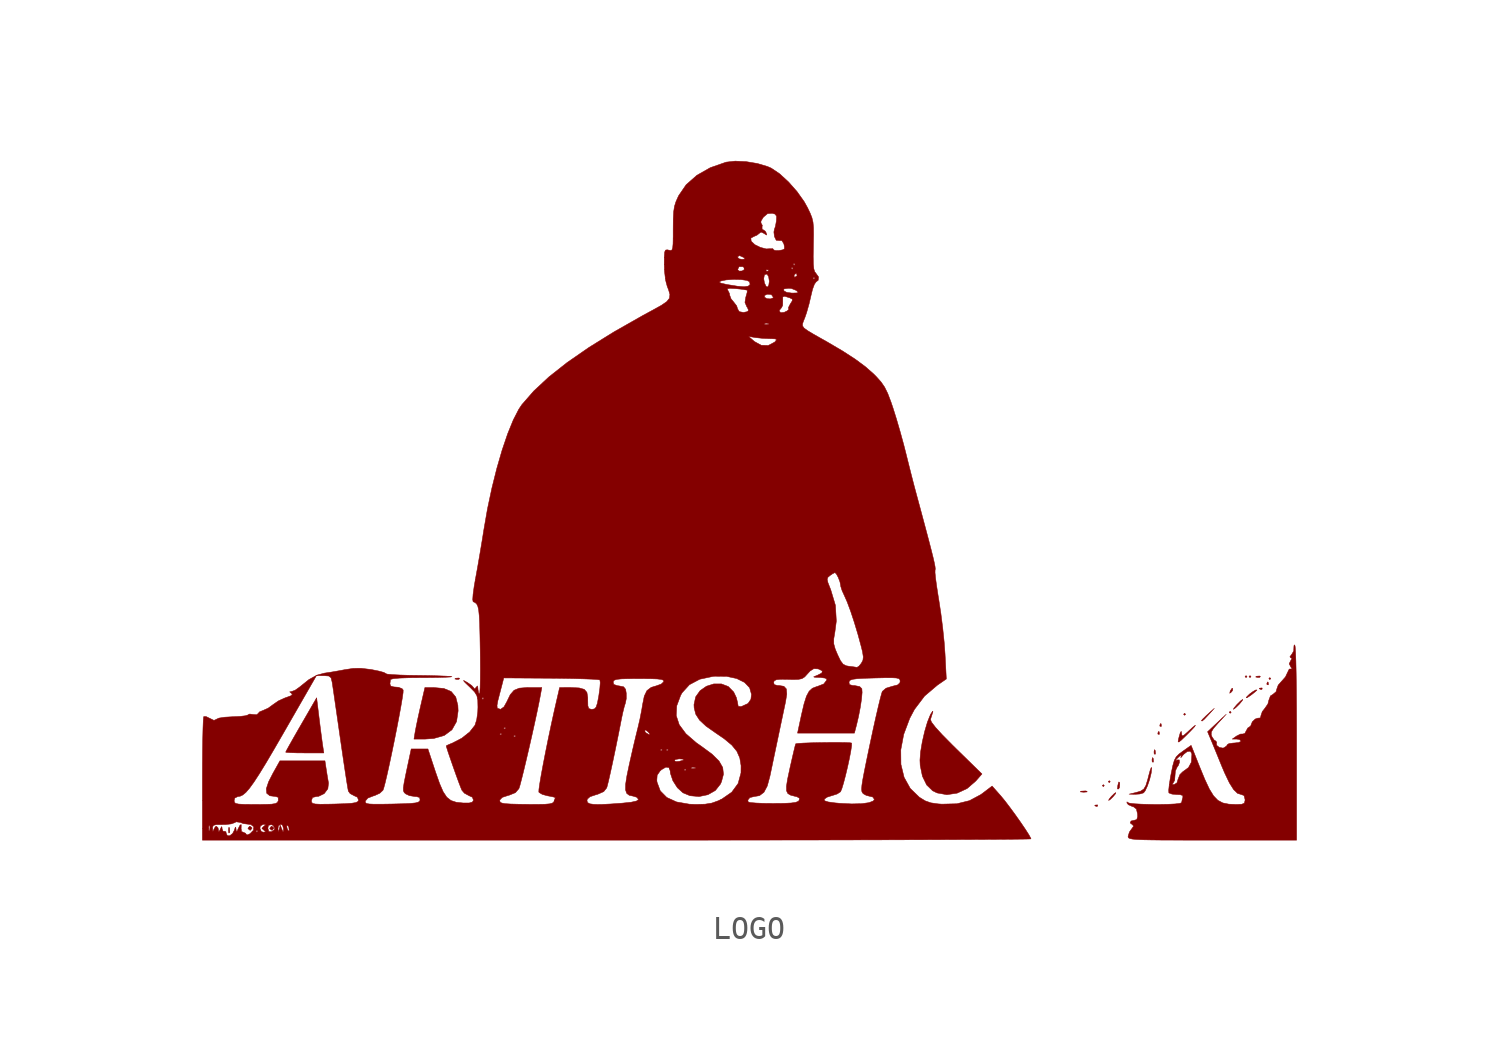
<source format=kicad_sym>
(kicad_symbol_lib
  (version 20220914)
  (generator "bitmap2component")
  (generator_version "9.0")
  (symbol "LOGO"
    (pin_names
      (offset 1.016))
    (property "Reference" "#G"
      (at 0 14.944 0)
      (effects (font (size 1.27 1.27)) hide))
    (symbol "LOGO_0_0"
      (polyline (pts (xy -4.299 -15.578) (xy -2.617 -15.578) (xy -0.986 -15.577) (xy 0.585 -15.575) (xy 2.089 -15.573) (xy 3.517 -15.571) (xy 4.863 -15.568) (xy 6.117 -15.565) (xy 7.273 -15.561) (xy 8.322 -15.557) (xy 9.257 -15.553) (xy 10.069 -15.549) (xy 10.752 -15.545) (xy 11.296 -15.54) (xy 11.694 -15.535) (xy 11.939 -15.53) (xy 12.023 -15.524) (xy 12.015 -15.498) (xy 11.934 -15.35) (xy 11.782 -15.112) (xy 11.58 -14.815) (xy 11.351 -14.491) (xy 11.118 -14.174) (xy 10.904 -13.893) (xy 10.73 -13.682) (xy 10.363 -13.268) (xy 9.977 -13.562) (xy 9.88 -13.633) (xy 9.396 -13.892) (xy 8.855 -14.025) (xy 8.221 -14.041) (xy 8.057 -14.03) (xy 7.746 -13.985) (xy 7.505 -13.9) (xy 7.264 -13.752) (xy 7.253 -13.744) (xy 6.866 -13.369) (xy 6.603 -12.895) (xy 6.468 -12.341) (xy 6.462 -11.723) (xy 6.587 -11.06) (xy 6.846 -10.371) (xy 7.045 -9.996) (xy 7.477 -9.424) (xy 8.027 -8.957) (xy 8.407 -8.695) (xy 8.352 -7.628) (xy 8.352 -7.628) (xy 8.315 -7.118) (xy 8.253 -6.516) (xy 8.175 -5.899) (xy 8.09 -5.34) (xy 8.059 -5.151) (xy 7.995 -4.736) (xy 7.948 -4.392) (xy 7.924 -4.152) (xy 7.926 -4.048) (xy 7.929 -4.041) (xy 7.936 -3.991) (xy 7.926 -3.896) (xy 7.896 -3.74) (xy 7.844 -3.51) (xy 7.764 -3.19) (xy 7.654 -2.765) (xy 7.51 -2.222) (xy 7.329 -1.545) (xy 7.106 -0.72) (xy 7.03 -0.435) (xy 6.921 -0.013) (xy 6.801 0.462) (xy 6.684 0.931) (xy 6.588 1.31) (xy 6.434 1.871) (xy 6.273 2.423) (xy 6.127 2.888) (xy 6.04 3.144) (xy 5.904 3.502) (xy 5.773 3.768) (xy 5.622 3.988) (xy 5.426 4.209) (xy 5.299 4.337) (xy 4.946 4.647) (xy 4.512 4.968) (xy 3.973 5.317) (xy 3.302 5.712) (xy 3.088 5.832) (xy 2.726 6.037) (xy 2.481 6.184) (xy 2.334 6.291) (xy 2.268 6.381) (xy 2.265 6.474) (xy 2.304 6.59) (xy 2.369 6.75) (xy 2.439 6.954) (xy 2.544 7.325) (xy 2.629 7.691) (xy 2.693 7.953) (xy 2.774 8.171) (xy 2.849 8.272) (xy 2.932 8.333) (xy 2.949 8.478) (xy 2.833 8.639) (xy 2.784 8.7) (xy 2.747 8.825) (xy 2.726 9.032) (xy 2.721 9.352) (xy 2.728 9.813) (xy 2.728 9.835) (xy 2.736 10.274) (xy 2.733 10.587) (xy 2.712 10.818) (xy 2.667 11.008) (xy 2.591 11.201) (xy 2.478 11.438) (xy 2.334 11.696) (xy 2.026 12.129) (xy 1.661 12.541) (xy 1.281 12.889) (xy 0.927 13.126) (xy 0.769 13.195) (xy 0.338 13.323) (xy -0.145 13.403) (xy -0.611 13.425) (xy -0.993 13.382) (xy -1.008 13.378) (xy -1.675 13.145) (xy -2.249 12.819) (xy -2.707 12.415) (xy -3.025 11.951) (xy -3.04 11.92) (xy -3.14 11.697) (xy -3.204 11.494) (xy -3.24 11.261) (xy -3.256 10.954) (xy -3.26 10.524) (xy -3.26 10.199) (xy -3.261 10.137) (xy 0.058 10.137) (xy 0.191 10.208) (xy 0.318 10.262) (xy 0.438 10.357) (xy 0.493 10.396) (xy 0.63 10.333) (xy 0.666 10.304) (xy 0.735 10.268) (xy 0.713 10.36) (xy 0.673 10.431) (xy 0.575 10.499) (xy 0.539 10.515) (xy 0.536 10.62) (xy 0.548 10.681) (xy 0.497 10.771) (xy 0.489 10.775) (xy 0.49 10.864) (xy 0.584 11.019) (xy 0.596 11.034) (xy 0.772 11.183) (xy 0.971 11.197) (xy 1.09 11.162) (xy 1.157 11.071) (xy 1.149 10.873) (xy 1.147 10.859) (xy 1.108 10.642) (xy 1.062 10.505) (xy 1.042 10.397) (xy 1.065 10.204) (xy 1.066 10.201) (xy 1.142 10.045) (xy 1.269 10.033) (xy 1.385 10.03) (xy 1.468 9.891) (xy 1.492 9.767) (xy 1.489 9.673) (xy 1.405 9.632) (xy 1.241 9.605) (xy 1.085 9.609) (xy 1.016 9.648) (xy 0.999 9.683) (xy 0.892 9.684) (xy 0.713 9.675) (xy 0.463 9.741) (xy 0.228 9.856) (xy 0.084 9.992) (xy 0.069 10.022) (xy 0.058 10.137) (xy -3.261 10.137) (xy -3.265 9.898) (xy -3.281 9.717) (xy -3.313 9.63) (xy -3.368 9.607) (xy -3.45 9.623) (xy -3.518 9.637) (xy -3.587 9.623) (xy -3.624 9.539) (xy -3.638 9.349) (xy -3.639 9.313) (xy -0.508 9.313) (xy -0.505 9.342) (xy -0.429 9.392) (xy -0.254 9.313) (xy -0.224 9.293) (xy -0.194 9.243) (xy -0.318 9.23) (xy -0.436 9.248) (xy -0.508 9.313) (xy -3.639 9.313) (xy -3.641 9.024) (xy -3.64 9.017) (xy 1.863 9.017) (xy 1.905 9.059) (xy 1.947 9.017) (xy 1.905 8.975) (xy 1.863 9.017) (xy -3.64 9.017) (xy -3.633 8.791) (xy -0.508 8.791) (xy -0.508 8.794) (xy -0.444 8.918) (xy -0.289 8.918) (xy -0.238 8.887) (xy -0.229 8.848) (xy 1.778 8.848) (xy 1.82 8.89) (xy 1.863 8.848) (xy 1.82 8.805) (xy 1.778 8.848) (xy -0.229 8.848) (xy -0.217 8.796) (xy -0.247 8.777) (xy 0.706 8.777) (xy 0.718 8.787) (xy 0.818 8.777) (xy 0.832 8.752) (xy 0.762 8.721) (xy 0.717 8.727) (xy 0.706 8.777) (xy -0.247 8.777) (xy -0.318 8.732) (xy -0.445 8.729) (xy -0.508 8.791) (xy -3.633 8.791) (xy -3.63 8.723) (xy -3.593 8.405) (xy 0.607 8.405) (xy 0.633 8.548) (xy 0.654 8.577) (xy 0.744 8.602) (xy 0.779 8.551) (xy 1.905 8.551) (xy 1.922 8.577) (xy 1.995 8.636) (xy 2.003 8.634) (xy 2.032 8.551) (xy 2.029 8.528) (xy 1.942 8.467) (xy 1.912 8.473) (xy 1.905 8.551) (xy 0.779 8.551) (xy 0.817 8.497) (xy 0.827 8.424) (xy 2.709 8.424) (xy 2.752 8.467) (xy 2.794 8.424) (xy 2.752 8.382) (xy 2.709 8.424) (xy 0.827 8.424) (xy 0.847 8.292) (xy 0.822 8.117) (xy 0.764 8.043) (xy 0.706 8.079) (xy 0.638 8.223) (xy 0.607 8.405) (xy -3.593 8.405) (xy -3.586 8.345) (xy -3.563 8.258) (xy -1.291 8.258) (xy -1.228 8.303) (xy -1.224 8.304) (xy -0.999 8.351) (xy -0.687 8.373) (xy -0.365 8.366) (xy -0.112 8.33) (xy -0.003 8.277) (xy 0.027 8.162) (xy 0.026 8.158) (xy -0.053 8.085) (xy -0.223 8.059) (xy -0.507 8.081) (xy -0.931 8.149) (xy -1.014 8.165) (xy -1.226 8.215) (xy -1.291 8.258) (xy -3.563 8.258) (xy -3.514 8.073) (xy -3.473 7.971) (xy -0.949 7.971) (xy -0.84 7.992) (xy -0.577 7.978) (xy -0.401 7.96) (xy -0.257 7.941) (xy 1.448 7.941) (xy 1.493 7.971) (xy 1.662 7.993) (xy 1.79 7.985) (xy 1.996 7.902) (xy 2.001 7.898) (xy 2.079 7.827) (xy 2.033 7.796) (xy 1.841 7.789) (xy 1.801 7.79) (xy 1.594 7.818) (xy 1.482 7.874) (xy 1.448 7.941) (xy -0.257 7.941) (xy -0.191 7.932) (xy -0.096 7.91) (xy -0.095 7.909) (xy -0.101 7.814) (xy -0.152 7.633) (xy -0.159 7.613) (xy -0.159 7.611) (xy 0.64 7.611) (xy 0.647 7.688) (xy 0.756 7.74) (xy 0.91 7.728) (xy 0.949 7.708) (xy 1.016 7.613) (xy 1.003 7.581) (xy 0.895 7.54) (xy 0.745 7.55) (xy 0.64 7.611) (xy -0.159 7.611) (xy -0.194 7.391) (xy -0.115 7.205) (xy -0.086 7.163) (xy -0.037 7.045) (xy -0.064 7.022) (xy 1.27 7.022) (xy 1.275 7.052) (xy 1.363 7.159) (xy 1.417 7.262) (xy 1.421 7.452) (xy 1.42 7.458) (xy 1.421 7.625) (xy 1.498 7.654) (xy 1.726 7.583) (xy 1.829 7.528) (xy 1.825 7.454) (xy 1.743 7.323) (xy 1.739 7.317) (xy 1.664 7.172) (xy 1.67 7.111) (xy 1.685 7.096) (xy 1.609 7.027) (xy 1.483 6.967) (xy 1.333 6.952) (xy 1.27 7.022) (xy -0.064 7.022) (xy -0.101 6.992) (xy -0.259 6.962) (xy -0.439 6.995) (xy -0.508 7.113) (xy -0.549 7.243) (xy -0.677 7.408) (xy -0.788 7.542) (xy -0.847 7.701) (xy -0.856 7.77) (xy -0.936 7.93) (xy -0.949 7.971) (xy -3.473 7.971) (xy -3.46 7.939) (xy -3.4 7.729) (xy -3.419 7.567) (xy -3.534 7.423) (xy -3.764 7.265) (xy -4.128 7.063) (xy -4.553 6.833) (xy -5.218 6.455) (xy 0.629 6.455) (xy 0.661 6.493) (xy 0.71 6.506) (xy 0.824 6.486) (xy 0.822 6.457) (xy 0.713 6.441) (xy 0.629 6.455) (xy -5.218 6.455) (xy -5.788 6.131) (xy -6.098 5.939) (xy -0.042 5.939) (xy 0.243 5.89) (xy 0.272 5.886) (xy 0.567 5.855) (xy 0.875 5.842) (xy 0.917 5.842) (xy 1.105 5.832) (xy 1.156 5.796) (xy 1.097 5.717) (xy 1.072 5.693) (xy 0.801 5.551) (xy 0.5 5.56) (xy 0.212 5.718) (xy -0.042 5.939) (xy -6.098 5.939) (xy -6.865 5.462) (xy -7.791 4.821) (xy -8.572 4.204) (xy -9.213 3.607) (xy -9.721 3.025) (xy -9.854 2.827) (xy -10.089 2.37) (xy -10.329 1.78) (xy -10.566 1.083) (xy -10.793 0.3) (xy -11.004 -0.545) (xy -11.192 -1.429) (xy -11.348 -2.328) (xy -11.413 -2.737) (xy -11.511 -3.324) (xy -11.611 -3.904) (xy -11.701 -4.398) (xy -11.708 -4.437) (xy 3.318 -4.437) (xy 3.347 -4.353) (xy 3.434 -4.278) (xy 3.549 -4.199) (xy 3.648 -4.151) (xy 3.707 -4.202) (xy 3.791 -4.356) (xy 3.864 -4.547) (xy 3.895 -4.707) (xy 3.898 -4.74) (xy 3.955 -4.92) (xy 4.059 -5.148) (xy 4.172 -5.403) (xy 4.319 -5.797) (xy 4.477 -6.276) (xy 4.634 -6.798) (xy 4.776 -7.322) (xy 4.829 -7.54) (xy 4.861 -7.751) (xy 4.845 -7.893) (xy 4.779 -8.02) (xy 4.677 -8.147) (xy 4.591 -8.199) (xy 4.587 -8.198) (xy 4.458 -8.178) (xy 4.247 -8.151) (xy 4.128 -8.13) (xy 3.996 -8.061) (xy 3.886 -7.914) (xy 3.758 -7.648) (xy 3.661 -7.416) (xy 3.6 -7.196) (xy 3.599 -6.979) (xy 3.649 -6.681) (xy 3.709 -6.221) (xy 3.67 -5.55) (xy 3.469 -4.881) (xy 3.441 -4.812) (xy 3.348 -4.574) (xy 3.318 -4.437) (xy -11.708 -4.437) (xy -11.762 -4.75) (xy -11.807 -5.079) (xy -11.822 -5.304) (xy -11.805 -5.394) (xy -11.724 -5.429) (xy -11.656 -5.487) (xy -11.605 -5.588) (xy -11.568 -5.752) (xy -11.543 -6) (xy -11.525 -6.354) (xy -11.513 -6.835) (xy -11.502 -7.464) (xy -11.498 -7.767) (xy -11.495 -8.282) (xy -11.498 -8.72) (xy -11.506 -9.058) (xy -11.519 -9.274) (xy -11.536 -9.343) (xy -11.574 -9.282) (xy -11.601 -9.118) (xy -11.601 -9.075) (xy -11.622 -8.992) (xy -11.684 -9.059) (xy -11.732 -9.116) (xy -11.767 -9.099) (xy -11.771 -9.082) (xy -11.865 -8.975) (xy -12.044 -8.849) (xy -12.18 -8.772) (xy -12.22 -8.764) (xy -12.149 -8.846) (xy -11.959 -9.029) (xy -11.93 -9.057) (xy -11.743 -9.248) (xy -11.645 -9.407) (xy -11.621 -9.525) (xy -11.43 -9.525) (xy -11.388 -9.483) (xy -11.345 -9.525) (xy -11.388 -9.567) (xy -11.43 -9.525) (xy -11.621 -9.525) (xy -11.606 -9.601) (xy -11.601 -9.823) (xy -10.785 -9.823) (xy -10.75 -9.625) (xy -10.738 -9.582) (xy -10.665 -9.3) (xy -10.587 -9.002) (xy -10.496 -8.649) (xy -8.472 -8.663) (xy -8.09 -8.667) (xy -7.556 -8.676) (xy -7.095 -8.689) (xy -6.731 -8.703) (xy -6.488 -8.719) (xy -6.391 -8.736) (xy -6.388 -8.739) (xy -6.375 -8.857) (xy -6.392 -9.091) (xy -6.434 -9.392) (xy -6.44 -9.431) (xy -6.497 -9.729) (xy -6.553 -9.898) (xy -6.623 -9.973) (xy -6.726 -9.991) (xy -6.768 -9.989) (xy -6.865 -9.956) (xy -6.904 -9.843) (xy -6.909 -9.607) (xy -6.909 -9.489) (xy -6.945 -9.268) (xy -7.057 -9.138) (xy -7.276 -9.077) (xy -7.632 -9.06) (xy -8.11 -9.059) (xy -8.252 -9.673) (xy -8.349 -10.099) (xy -8.473 -10.666) (xy -8.595 -11.244) (xy -8.709 -11.807) (xy -8.811 -12.33) (xy -8.896 -12.788) (xy -8.958 -13.156) (xy -8.994 -13.409) (xy -8.999 -13.522) (xy -8.985 -13.543) (xy -8.848 -13.625) (xy -8.627 -13.685) (xy -8.557 -13.697) (xy -8.372 -13.735) (xy -8.297 -13.762) (xy -8.305 -13.794) (xy -8.34 -13.895) (xy -6.943 -13.895) (xy -6.927 -13.824) (xy -6.812 -13.724) (xy -6.559 -13.639) (xy -6.482 -13.618) (xy -6.226 -13.505) (xy -6.101 -13.348) (xy -6.081 -13.284) (xy -6.021 -13.048) (xy -5.938 -12.681) (xy -5.835 -12.207) (xy -5.718 -11.648) (xy -5.592 -11.028) (xy -5.463 -10.372) (xy -5.414 -10.139) (xy -5.35 -9.88) (xy -5.301 -9.723) (xy -5.3 -9.721) (xy -5.264 -9.539) (xy -5.265 -9.3) (xy -5.292 -9.135) (xy -5.377 -9.029) (xy -5.572 -8.99) (xy -5.644 -8.981) (xy -5.798 -8.927) (xy -5.825 -8.821) (xy -5.818 -8.798) (xy -5.774 -8.745) (xy -5.668 -8.711) (xy -5.475 -8.69) (xy -5.167 -8.681) (xy -4.717 -8.678) (xy -4.679 -8.678) (xy -4.238 -8.682) (xy -3.94 -8.693) (xy -3.761 -8.715) (xy -3.676 -8.75) (xy -3.661 -8.802) (xy -3.664 -8.813) (xy -3.77 -8.912) (xy -3.968 -8.984) (xy -4.2 -9.054) (xy -4.381 -9.192) (xy -4.494 -9.426) (xy -4.568 -9.793) (xy -4.6 -9.992) (xy -4.682 -10.415) (xy -4.772 -10.801) (xy -4.792 -10.882) (xy -4.476 -10.882) (xy -4.427 -10.878) (xy -4.32 -10.962) (xy -4.255 -11.048) (xy -4.264 -11.083) (xy -4.4 -11.01) (xy -4.459 -10.96) (xy -4.476 -10.882) (xy -4.792 -10.882) (xy -4.835 -11.053) (xy -4.928 -11.441) (xy -4.994 -11.726) (xy -3.81 -11.726) (xy -3.768 -11.684) (xy -3.725 -11.726) (xy -3.556 -11.726) (xy -3.514 -11.684) (xy -3.471 -11.726) (xy -3.514 -11.769) (xy -3.556 -11.726) (xy -3.725 -11.726) (xy -3.768 -11.769) (xy -3.81 -11.726) (xy -4.994 -11.726) (xy -5.032 -11.891) (xy -5.097 -12.18) (xy -3.217 -12.18) (xy -3.165 -12.132) (xy -3.006 -12.107) (xy -2.867 -12.115) (xy -2.794 -12.14) (xy -2.847 -12.171) (xy -3.006 -12.213) (xy -3.147 -12.221) (xy -3.217 -12.18) (xy -5.097 -12.18) (xy -5.135 -12.348) (xy -5.237 -12.835) (xy -5.266 -13.028) (xy -3.96 -13.028) (xy -3.944 -12.804) (xy -3.82 -12.625) (xy -3.758 -12.568) (xy -3.572 -12.46) (xy -3.438 -12.478) (xy -3.427 -12.51) (xy -2.503 -12.51) (xy -2.471 -12.473) (xy -2.422 -12.459) (xy -2.309 -12.479) (xy -2.31 -12.508) (xy -2.42 -12.524) (xy -2.503 -12.51) (xy -3.427 -12.51) (xy -3.405 -12.573) (xy -2.794 -12.573) (xy -2.752 -12.531) (xy -2.709 -12.573) (xy -2.752 -12.615) (xy -2.794 -12.573) (xy -3.405 -12.573) (xy -3.387 -12.624) (xy -3.379 -12.72) (xy -3.274 -13.036) (xy -3.081 -13.339) (xy -2.843 -13.556) (xy -2.541 -13.681) (xy -2.154 -13.716) (xy -1.777 -13.638) (xy -1.458 -13.457) (xy -1.242 -13.184) (xy -1.196 -13.08) (xy -1.112 -12.763) (xy -1.144 -12.476) (xy -1.303 -12.198) (xy -1.599 -11.906) (xy -2.044 -11.579) (xy -2.273 -11.418) (xy -2.718 -11.032) (xy -3.002 -10.649) (xy -3.13 -10.257) (xy -3.109 -9.843) (xy -2.942 -9.395) (xy -2.879 -9.283) (xy -2.565 -8.938) (xy -2.124 -8.705) (xy -1.556 -8.584) (xy -1.474 -8.577) (xy -0.976 -8.583) (xy -0.548 -8.675) (xy -0.212 -8.841) (xy 0.006 -9.07) (xy 0.085 -9.351) (xy 0.06 -9.562) (xy -0.062 -9.741) (xy -0.318 -9.859) (xy -0.371 -9.874) (xy -0.482 -9.861) (xy -0.508 -9.721) (xy -0.509 -9.703) (xy -0.562 -9.489) (xy -0.674 -9.254) (xy -0.675 -9.252) (xy -0.905 -9.017) (xy -1.2 -8.905) (xy -1.524 -8.905) (xy -1.839 -9.005) (xy -2.11 -9.194) (xy -2.299 -9.459) (xy -2.371 -9.79) (xy -2.364 -9.928) (xy -2.295 -10.201) (xy -2.134 -10.451) (xy -1.859 -10.707) (xy -1.448 -10.996) (xy -1.087 -11.243) (xy -0.755 -11.519) (xy -0.539 -11.784) (xy -0.415 -12.066) (xy -0.36 -12.396) (xy -0.363 -12.706) (xy -0.486 -13.159) (xy -0.758 -13.53) (xy -1.179 -13.822) (xy -1.269 -13.865) (xy -0.072 -13.865) (xy 0.014 -13.76) (xy 0.198 -13.716) (xy 0.426 -13.678) (xy 0.616 -13.535) (xy 0.759 -13.266) (xy 0.872 -12.849) (xy 0.931 -12.568) (xy 1.047 -12.012) (xy 1.168 -11.437) (xy 1.285 -10.879) (xy 1.391 -10.376) (xy 1.478 -9.964) (xy 1.538 -9.68) (xy 1.593 -9.34) (xy 1.574 -9.12) (xy 1.468 -9.007) (xy 1.266 -8.975) (xy 1.198 -8.973) (xy 1.053 -8.935) (xy 1.031 -8.833) (xy 1.058 -8.772) (xy 1.15 -8.725) (xy 1.339 -8.707) (xy 1.66 -8.712) (xy 1.808 -8.716) (xy 2.071 -8.714) (xy 2.237 -8.682) (xy 2.357 -8.606) (xy 2.482 -8.469) (xy 2.592 -8.35) (xy 2.747 -8.254) (xy 2.918 -8.262) (xy 2.965 -8.274) (xy 3.111 -8.351) (xy 3.089 -8.44) (xy 2.9 -8.537) (xy 2.84 -8.56) (xy 2.741 -8.604) (xy 2.784 -8.622) (xy 2.985 -8.629) (xy 3.042 -8.632) (xy 3.227 -8.657) (xy 3.301 -8.699) (xy 3.295 -8.748) (xy 3.171 -8.908) (xy 2.897 -9.014) (xy 2.866 -9.021) (xy 2.686 -9.091) (xy 2.547 -9.219) (xy 2.433 -9.431) (xy 2.33 -9.757) (xy 2.22 -10.223) (xy 2.052 -11.007) (xy 3.266 -11.007) (xy 4.481 -11.007) (xy 4.564 -10.689) (xy 4.565 -10.688) (xy 4.657 -10.297) (xy 4.733 -9.902) (xy 4.786 -9.545) (xy 4.81 -9.267) (xy 4.799 -9.111) (xy 4.707 -9.019) (xy 4.484 -8.975) (xy 4.402 -8.972) (xy 4.267 -8.933) (xy 4.249 -8.826) (xy 4.256 -8.801) (xy 4.301 -8.746) (xy 4.407 -8.708) (xy 4.599 -8.683) (xy 4.907 -8.665) (xy 5.356 -8.652) (xy 5.738 -8.643) (xy 6.061 -8.641) (xy 6.265 -8.651) (xy 6.378 -8.677) (xy 6.425 -8.722) (xy 6.435 -8.789) (xy 6.424 -8.858) (xy 6.327 -8.949) (xy 6.099 -9.007) (xy 5.832 -9.089) (xy 5.675 -9.224) (xy 5.648 -9.301) (xy 5.585 -9.532) (xy 5.499 -9.886) (xy 5.394 -10.339) (xy 5.277 -10.865) (xy 5.154 -11.44) (xy 5.123 -11.584) (xy 4.997 -12.189) (xy 4.903 -12.652) (xy 4.838 -12.995) (xy 4.801 -13.236) (xy 4.789 -13.398) (xy 4.799 -13.5) (xy 4.828 -13.561) (xy 4.874 -13.604) (xy 4.988 -13.667) (xy 5.181 -13.716) (xy 5.264 -13.735) (xy 5.334 -13.833) (xy 5.292 -13.904) (xy 5.105 -13.977) (xy 4.79 -14.021) (xy 4.368 -14.031) (xy 3.862 -14.006) (xy 3.652 -13.987) (xy 3.364 -13.947) (xy 3.216 -13.9) (xy 3.188 -13.84) (xy 3.191 -13.832) (xy 3.308 -13.745) (xy 3.511 -13.68) (xy 3.522 -13.678) (xy 3.742 -13.607) (xy 3.886 -13.514) (xy 3.888 -13.512) (xy 3.943 -13.383) (xy 4.018 -13.136) (xy 4.103 -12.812) (xy 4.189 -12.45) (xy 4.267 -12.091) (xy 4.327 -11.775) (xy 4.362 -11.541) (xy 4.361 -11.431) (xy 4.281 -11.418) (xy 4.066 -11.409) (xy 3.756 -11.406) (xy 3.386 -11.407) (xy 2.996 -11.412) (xy 2.622 -11.421) (xy 2.302 -11.433) (xy 2.073 -11.448) (xy 1.973 -11.464) (xy 1.973 -11.464) (xy 1.948 -11.553) (xy 1.895 -11.772) (xy 1.82 -12.092) (xy 1.732 -12.478) (xy 1.719 -12.54) (xy 1.626 -12.974) (xy 1.579 -13.275) (xy 1.581 -13.471) (xy 1.639 -13.589) (xy 1.756 -13.657) (xy 1.937 -13.704) (xy 2.026 -13.725) (xy 2.137 -13.788) (xy 2.117 -13.884) (xy 2.084 -13.92) (xy 1.976 -13.964) (xy 1.779 -13.992) (xy 1.466 -14.007) (xy 1.011 -14.011) (xy 0.998 -14.011) (xy 0.601 -14.007) (xy 0.27 -13.993) (xy 0.04 -13.973) (xy -0.056 -13.949) (xy -0.072 -13.865) (xy -1.269 -13.865) (xy -1.34 -13.899) (xy -1.61 -13.996) (xy -1.898 -14.042) (xy -2.28 -14.053) (xy -2.568 -14.042) (xy -3.115 -13.947) (xy -3.531 -13.757) (xy -3.811 -13.474) (xy -3.95 -13.101) (xy -3.96 -13.028) (xy -5.266 -13.028) (xy -5.292 -13.191) (xy -5.295 -13.432) (xy -5.244 -13.581) (xy -5.135 -13.663) (xy -4.966 -13.7) (xy -4.814 -13.747) (xy -4.741 -13.836) (xy -4.742 -13.843) (xy -4.824 -13.907) (xy -5.053 -13.958) (xy -5.44 -13.999) (xy -5.928 -14.034) (xy -6.349 -14.055) (xy -6.64 -14.052) (xy -6.822 -14.026) (xy -6.916 -13.974) (xy -6.943 -13.895) (xy -8.34 -13.895) (xy -8.35 -13.924) (xy -8.361 -13.946) (xy -8.419 -13.996) (xy -8.538 -14.028) (xy -8.746 -14.046) (xy -9.07 -14.052) (xy -9.536 -14.05) (xy -9.824 -14.046) (xy -10.197 -14.036) (xy -10.442 -14.02) (xy -10.585 -13.993) (xy -10.652 -13.952) (xy -10.668 -13.893) (xy -10.664 -13.86) (xy -10.561 -13.752) (xy -10.308 -13.669) (xy -10.266 -13.659) (xy -9.997 -13.55) (xy -9.849 -13.377) (xy -9.809 -13.254) (xy -9.739 -12.989) (xy -9.646 -12.616) (xy -9.538 -12.163) (xy -9.42 -11.658) (xy -9.3 -11.131) (xy -9.184 -10.61) (xy -9.079 -10.125) (xy -8.992 -9.704) (xy -8.929 -9.377) (xy -8.871 -9.059) (xy -9.418 -9.059) (xy -9.504 -9.06) (xy -9.835 -9.087) (xy -10.057 -9.178) (xy -10.219 -9.364) (xy -10.37 -9.676) (xy -10.487 -9.885) (xy -10.633 -9.991) (xy -10.773 -9.943) (xy -10.775 -9.939) (xy -10.785 -9.823) (xy -11.601 -9.823) (xy -11.599 -9.897) (xy -11.607 -10.104) (xy -11.652 -10.433) (xy -11.726 -10.668) (xy -11.733 -10.68) (xy -11.824 -10.795) (xy -10.499 -10.795) (xy -10.456 -10.753) (xy -10.414 -10.795) (xy -10.456 -10.837) (xy -10.499 -10.795) (xy -11.824 -10.795) (xy -11.955 -10.961) (xy -12.067 -11.049) (xy -10.668 -11.049) (xy -10.626 -11.007) (xy -10.583 -11.049) (xy -10.626 -11.091) (xy -10.668 -11.049) (xy -12.067 -11.049) (xy -12.174 -11.134) (xy -10.075 -11.134) (xy -10.033 -11.091) (xy -9.991 -11.134) (xy -10.033 -11.176) (xy -10.075 -11.134) (xy -12.174 -11.134) (xy -12.289 -11.224) (xy -12.679 -11.427) (xy -12.713 -11.44) (xy -12.884 -11.513) (xy -12.954 -11.551) (xy -12.936 -11.621) (xy -12.873 -11.82) (xy -12.775 -12.106) (xy -12.659 -12.44) (xy -12.538 -12.781) (xy -12.426 -13.089) (xy -12.336 -13.324) (xy -12.284 -13.448) (xy -12.177 -13.573) (xy -11.974 -13.683) (xy -11.837 -13.745) (xy -11.789 -13.874) (xy -11.837 -13.953) (xy -11.974 -13.992) (xy -12.238 -13.991) (xy -12.526 -13.96) (xy -12.751 -13.886) (xy -12.93 -13.745) (xy -13.085 -13.512) (xy -13.237 -13.163) (xy -13.409 -12.674) (xy -13.736 -11.684) (xy -14.093 -11.684) (xy -14.45 -11.684) (xy -14.643 -12.588) (xy -14.687 -12.798) (xy -14.753 -13.128) (xy -14.785 -13.341) (xy -14.783 -13.47) (xy -14.748 -13.547) (xy -14.683 -13.604) (xy -14.523 -13.678) (xy -14.286 -13.716) (xy -14.232 -13.717) (xy -14.091 -13.755) (xy -14.071 -13.864) (xy -14.085 -13.905) (xy -14.141 -13.953) (xy -14.261 -13.987) (xy -14.471 -14.009) (xy -14.799 -14.024) (xy -15.269 -14.036) (xy -15.693 -14.043) (xy -16.029 -14.044) (xy -16.244 -14.034) (xy -16.362 -14.01) (xy -16.409 -13.97) (xy -16.41 -13.912) (xy -16.41 -13.909) (xy -16.302 -13.782) (xy -16.063 -13.689) (xy -16.017 -13.677) (xy -15.793 -13.576) (xy -15.656 -13.448) (xy -15.626 -13.366) (xy -15.563 -13.132) (xy -15.481 -12.785) (xy -15.385 -12.353) (xy -15.281 -11.864) (xy -15.174 -11.345) (xy -15.07 -10.824) (xy -14.975 -10.329) (xy -14.894 -9.888) (xy -14.833 -9.529) (xy -14.797 -9.28) (xy -14.793 -9.168) (xy -14.84 -9.108) (xy -14.995 -9.049) (xy -15.194 -9.034) (xy -15.325 -8.997) (xy -15.359 -8.906) (xy -15.337 -8.721) (xy -15.332 -8.712) (xy -15.208 -8.68) (xy -14.934 -8.656) (xy -14.525 -8.641) (xy -13.998 -8.636) (xy -13.716 -8.635) (xy -13.307 -8.63) (xy -12.985 -8.621) (xy -12.777 -8.61) (xy -12.711 -8.597) (xy -12.764 -8.587) (xy -12.963 -8.573) (xy -13.282 -8.561) (xy -13.691 -8.55) (xy -14.162 -8.543) (xy -14.521 -8.538) (xy -14.935 -8.525) (xy -15.26 -8.508) (xy -15.47 -8.488) (xy -15.537 -8.467) (xy -15.536 -8.46) (xy -15.622 -8.414) (xy -15.83 -8.357) (xy -16.123 -8.298) (xy -16.197 -8.286) (xy -16.588 -8.239) (xy -16.921 -8.242) (xy -17.285 -8.297) (xy -17.541 -8.345) (xy -17.888 -8.405) (xy -18.158 -8.445) (xy -18.479 -8.531) (xy -18.821 -8.722) (xy -19.215 -9.038) (xy -19.226 -9.047) (xy -19.409 -9.176) (xy -19.557 -9.23) (xy -19.56 -9.23) (xy -19.64 -9.245) (xy -19.565 -9.307) (xy -19.527 -9.347) (xy -19.583 -9.41) (xy -19.79 -9.486) (xy -19.841 -9.503) (xy -20.122 -9.631) (xy -20.346 -9.786) (xy -20.559 -9.941) (xy -20.778 -10.039) (xy -20.925 -10.098) (xy -20.997 -10.178) (xy -21.05 -10.222) (xy -21.209 -10.21) (xy -21.351 -10.192) (xy -21.421 -10.225) (xy -21.425 -10.233) (xy -21.534 -10.266) (xy -21.762 -10.293) (xy -22.069 -10.307) (xy -22.415 -10.327) (xy -22.664 -10.366) (xy -22.778 -10.419) (xy -22.781 -10.423) (xy -22.875 -10.463) (xy -23.047 -10.38) (xy -23.209 -10.301) (xy -23.311 -10.301) (xy -23.318 -10.323) (xy -23.331 -10.486) (xy -23.343 -10.788) (xy -23.353 -11.208) (xy -23.361 -11.726) (xy -23.366 -12.319) (xy -23.368 -12.968) (xy -23.368 -13.885) (xy -22.013 -13.885) (xy -21.988 -13.781) (xy -21.855 -13.716) (xy -21.761 -13.704) (xy -21.644 -13.649) (xy -21.512 -13.54) (xy -21.357 -13.361) (xy -21.168 -13.1) (xy -20.936 -12.744) (xy -20.651 -12.279) (xy -20.305 -11.692) (xy -19.887 -10.969) (xy -18.5 -8.555) (xy -18.186 -8.553) (xy -18.174 -8.553) (xy -17.97 -8.568) (xy -17.874 -8.644) (xy -17.828 -8.826) (xy -17.812 -8.932) (xy -17.772 -9.199) (xy -17.716 -9.588) (xy -17.646 -10.071) (xy -17.566 -10.624) (xy -17.481 -11.218) (xy -17.413 -11.686) (xy -17.333 -12.234) (xy -17.261 -12.712) (xy -17.202 -13.096) (xy -17.158 -13.361) (xy -17.135 -13.483) (xy -17.058 -13.59) (xy -16.881 -13.684) (xy -16.748 -13.745) (xy -16.697 -13.874) (xy -16.727 -13.93) (xy -16.817 -13.974) (xy -16.994 -14.003) (xy -17.285 -14.022) (xy -17.718 -14.036) (xy -18.018 -14.043) (xy -18.343 -14.045) (xy -18.547 -14.035) (xy -18.657 -14.009) (xy -18.703 -13.961) (xy -18.711 -13.888) (xy -18.665 -13.755) (xy -18.5 -13.716) (xy -18.402 -13.706) (xy -18.166 -13.591) (xy -18.011 -13.386) (xy -17.982 -13.139) (xy -17.99 -13.096) (xy -18.034 -12.839) (xy -18.079 -12.552) (xy -18.134 -12.192) (xy -19.096 -12.192) (xy -20.058 -12.192) (xy -20.358 -12.729) (xy -20.54 -13.085) (xy -20.639 -13.381) (xy -20.622 -13.576) (xy -20.489 -13.683) (xy -20.236 -13.716) (xy -20.131 -13.749) (xy -20.126 -13.885) (xy -20.132 -13.906) (xy -20.171 -13.974) (xy -20.255 -14.017) (xy -20.416 -14.042) (xy -20.685 -14.052) (xy -21.092 -14.055) (xy -21.253 -14.054) (xy -21.605 -14.05) (xy -21.828 -14.037) (xy -21.951 -14.008) (xy -22.003 -13.96) (xy -22.013 -13.885) (xy -23.368 -13.885) (xy -23.368 -15.071) (xy -23.101 -15.071) (xy -23.089 -14.954) (xy -23.058 -14.965) (xy -23.047 -15.003) (xy -23.053 -15.093) (xy -22.935 -15.093) (xy -22.935 -15.026) (xy -22.897 -14.947) (xy -22.773 -14.915) (xy -22.522 -14.914) (xy -22.378 -14.912) (xy -22.135 -14.884) (xy -21.99 -14.832) (xy -21.927 -14.796) (xy -21.756 -14.82) (xy -21.62 -14.871) (xy -21.399 -14.9) (xy -21.295 -14.914) (xy -21.175 -15.009) (xy -21.18 -15.071) (xy -20.913 -15.071) (xy -20.889 -14.97) (xy -20.765 -14.902) (xy -20.745 -14.903) (xy -20.665 -14.921) (xy -20.743 -14.987) (xy -20.76 -14.998) (xy -20.825 -15.071) (xy -20.574 -15.071) (xy -20.546 -14.947) (xy -20.426 -14.917) (xy -20.348 -14.951) (xy -20.278 -15.071) (xy -20.285 -15.092) (xy -20.141 -15.092) (xy -20.124 -14.972) (xy -20.024 -14.901) (xy -19.946 -14.936) (xy -19.943 -14.944) (xy -19.769 -14.944) (xy -19.713 -14.966) (xy -19.679 -15.014) (xy -19.661 -15.167) (xy -19.7 -15.191) (xy -19.75 -15.077) (xy -19.753 -15.068) (xy -19.769 -14.944) (xy -19.943 -14.944) (xy -19.903 -15.092) (xy -19.907 -15.181) (xy -19.924 -15.226) (xy -19.976 -15.113) (xy -20.043 -14.944) (xy -20.087 -15.113) (xy -20.106 -15.184) (xy -20.13 -15.219) (xy -20.141 -15.092) (xy -20.285 -15.092) (xy -20.3 -15.14) (xy -20.426 -15.224) (xy -20.531 -15.21) (xy -20.574 -15.071) (xy -20.825 -15.071) (xy -20.828 -15.074) (xy -20.743 -15.154) (xy -20.726 -15.165) (xy -20.666 -15.225) (xy -20.765 -15.239) (xy -20.853 -15.213) (xy -20.913 -15.071) (xy -21.18 -15.071) (xy -21.187 -15.154) (xy -21.23 -15.198) (xy -21.082 -15.198) (xy -21.04 -15.155) (xy -20.997 -15.198) (xy -21.04 -15.24) (xy -21.082 -15.198) (xy -21.23 -15.198) (xy -21.336 -15.305) (xy -21.448 -15.356) (xy -21.505 -15.325) (xy -21.518 -15.288) (xy -21.628 -15.24) (xy -21.697 -15.212) (xy -21.717 -15.071) (xy -21.714 -15.054) (xy -21.71 -14.919) (xy -21.759 -14.933) (xy -21.841 -15.092) (xy -21.88 -15.184) (xy -21.916 -15.223) (xy -21.932 -15.113) (xy -21.939 -15.049) (xy -21.961 -15.023) (xy -22.004 -15.155) (xy -22.078 -15.296) (xy -22.196 -15.388) (xy -22.305 -15.39) (xy -22.352 -15.284) (xy -22.365 -15.218) (xy -22.437 -15.198) (xy -22.486 -15.2) (xy -22.527 -15.097) (xy -22.53 -15.042) (xy -22.55 -15.001) (xy -22.606 -15.113) (xy -22.628 -15.164) (xy -22.671 -15.225) (xy -22.685 -15.134) (xy -22.7 -15.056) (xy -22.769 -14.986) (xy -22.817 -15.008) (xy -22.886 -15.134) (xy -22.893 -15.159) (xy -22.921 -15.207) (xy -22.935 -15.093) (xy -23.053 -15.093) (xy -23.058 -15.176) (xy -23.087 -15.191) (xy -23.101 -15.071) (xy -23.368 -15.071) (xy -23.368 -15.579) (xy -5.673 -15.579) (xy -4.299 -15.578)) (stroke (width 0.01) (type default)) (fill (type outline)))
      (polyline (pts (xy 23.368 -11.383) (xy 23.368 -10.927) (xy 23.365 -9.976) (xy 23.359 -9.155) (xy 23.35 -8.471) (xy 23.338 -7.931) (xy 23.323 -7.541) (xy 23.306 -7.308) (xy 23.287 -7.237) (xy 23.257 -7.269) (xy 23.25 -7.4) (xy 23.247 -7.499) (xy 23.155 -7.651) (xy 23.083 -7.745) (xy 23.118 -7.789) (xy 23.175 -7.814) (xy 23.114 -7.916) (xy 23.053 -8.045) (xy 23.125 -8.187) (xy 23.183 -8.273) (xy 23.138 -8.268) (xy 23.054 -8.271) (xy 22.98 -8.422) (xy 22.892 -8.608) (xy 22.723 -8.798) (xy 22.584 -8.955) (xy 22.521 -9.129) (xy 22.493 -9.237) (xy 22.352 -9.356) (xy 22.252 -9.418) (xy 22.183 -9.602) (xy 22.143 -9.762) (xy 22.013 -9.948) (xy 21.904 -10.086) (xy 21.844 -10.263) (xy 21.828 -10.348) (xy 21.759 -10.371) (xy 21.73 -10.362) (xy 21.602 -10.405) (xy 21.477 -10.524) (xy 21.421 -10.662) (xy 21.418 -10.687) (xy 21.342 -10.753) (xy 21.285 -10.786) (xy 21.209 -10.923) (xy 21.159 -11.017) (xy 21.076 -11.045) (xy 20.974 -11.047) (xy 20.809 -11.129) (xy 20.621 -11.261) (xy 20.809 -11.261) (xy 20.926 -11.279) (xy 20.997 -11.345) (xy 20.995 -11.356) (xy 20.897 -11.409) (xy 20.701 -11.43) (xy 20.662 -11.431) (xy 20.479 -11.456) (xy 20.405 -11.505) (xy 20.385 -11.551) (xy 20.267 -11.634) (xy 20.219 -11.646) (xy 20.067 -11.618) (xy 19.954 -11.529) (xy 19.945 -11.42) (xy 19.956 -11.396) (xy 19.915 -11.345) (xy 19.844 -11.3) (xy 19.749 -11.155) (xy 19.721 -11.077) (xy 19.727 -10.956) (xy 19.818 -10.806) (xy 20.012 -10.583) (xy 20.362 -10.202) (xy 19.965 -10.575) (xy 19.567 -10.948) (xy 19.695 -11.253) (xy 19.746 -11.375) (xy 19.863 -11.659) (xy 20.01 -12.018) (xy 20.167 -12.404) (xy 20.293 -12.702) (xy 20.498 -13.131) (xy 20.679 -13.419) (xy 20.847 -13.581) (xy 21.012 -13.631) (xy 21.124 -13.674) (xy 21.167 -13.843) (xy 21.166 -13.89) (xy 21.136 -13.999) (xy 21.028 -14.045) (xy 20.798 -14.055) (xy 20.793 -14.055) (xy 20.473 -14.041) (xy 20.217 -13.989) (xy 20.007 -13.878) (xy 19.822 -13.687) (xy 19.642 -13.396) (xy 19.449 -12.984) (xy 19.222 -12.433) (xy 18.863 -11.53) (xy 18.505 -11.783) (xy 18.35 -11.897) (xy 18.227 -12.02) (xy 18.144 -12.174) (xy 18.078 -12.405) (xy 18.006 -12.758) (xy 17.98 -12.892) (xy 17.933 -13.194) (xy 18.054 -13.194) (xy 18.094 -13.14) (xy 18.159 -13.024) (xy 18.175 -12.824) (xy 18.191 -12.622) (xy 18.264 -12.461) (xy 18.317 -12.389) (xy 18.367 -12.253) (xy 18.359 -12.153) (xy 18.288 -12.15) (xy 18.287 -12.15) (xy 18.207 -12.18) (xy 18.232 -12.122) (xy 18.346 -12.012) (xy 18.391 -11.977) (xy 18.457 -11.941) (xy 18.427 -12.023) (xy 18.424 -12.029) (xy 18.426 -12.055) (xy 18.506 -11.959) (xy 18.541 -11.916) (xy 18.694 -11.795) (xy 18.826 -11.778) (xy 18.89 -11.874) (xy 18.894 -11.926) (xy 18.875 -12.248) (xy 18.751 -12.478) (xy 18.496 -12.666) (xy 18.383 -12.779) (xy 18.303 -12.984) (xy 18.258 -13.132) (xy 18.134 -13.207) (xy 18.054 -13.194) (xy 17.933 -13.194) (xy 17.931 -13.207) (xy 17.906 -13.442) (xy 17.912 -13.555) (xy 17.92 -13.564) (xy 18.047 -13.612) (xy 18.26 -13.631) (xy 18.396 -13.636) (xy 18.51 -13.674) (xy 18.509 -13.765) (xy 18.485 -13.835) (xy 18.457 -13.977) (xy 18.386 -14.008) (xy 18.18 -14.032) (xy 17.879 -14.047) (xy 17.519 -14.054) (xy 17.137 -14.053) (xy 16.772 -14.043) (xy 16.459 -14.026) (xy 16.237 -14.001) (xy 16.142 -13.968) (xy 16.125 -13.94) (xy 16.121 -13.989) (xy 16.183 -14.068) (xy 16.348 -14.139) (xy 16.403 -14.154) (xy 16.527 -14.25) (xy 16.574 -14.457) (xy 16.578 -14.578) (xy 16.542 -14.701) (xy 16.426 -14.732) (xy 16.299 -14.761) (xy 16.26 -14.843) (xy 16.361 -14.922) (xy 16.408 -14.982) (xy 16.319 -15.105) (xy 16.229 -15.229) (xy 16.171 -15.415) (xy 16.176 -15.454) (xy 16.2 -15.487) (xy 16.259 -15.513) (xy 16.367 -15.534) (xy 16.54 -15.55) (xy 16.792 -15.562) (xy 17.139 -15.569) (xy 17.595 -15.575) (xy 18.175 -15.577) (xy 18.895 -15.578) (xy 19.77 -15.579) (xy 23.368 -15.579) (xy 23.368 -11.383)) (stroke (width 0.01) (type default)) (fill (type outline)))
      (polyline (pts (xy 14.861 -14.133) (xy 14.873 -14.083) (xy 14.861 -14.073) (xy 14.76 -14.083) (xy 14.747 -14.108) (xy 14.817 -14.139) (xy 14.861 -14.133)) (stroke (width 0.01) (type default)) (fill (type outline)))
      (polyline (pts (xy 15.409 -13.841) (xy 15.536 -13.716) (xy 15.63 -13.6) (xy 15.647 -13.547) (xy 15.579 -13.591) (xy 15.452 -13.716) (xy 15.358 -13.832) (xy 15.341 -13.885) (xy 15.409 -13.841)) (stroke (width 0.01) (type default)) (fill (type outline)))
      (polyline (pts (xy 8.87 -13.571) (xy 9.293 -13.375) (xy 9.663 -13.055) (xy 9.93 -12.752) (xy 8.81 -11.657) (xy 8.66 -11.509) (xy 8.237 -11.081) (xy 7.942 -10.758) (xy 7.774 -10.54) (xy 7.73 -10.425) (xy 7.76 -10.328) (xy 7.827 -10.118) (xy 7.835 -10.093) (xy 7.823 -10.072) (xy 7.748 -10.184) (xy 7.724 -10.228) (xy 7.601 -10.533) (xy 7.482 -10.937) (xy 7.38 -11.382) (xy 7.308 -11.809) (xy 7.281 -12.161) (xy 7.291 -12.384) (xy 7.386 -12.848) (xy 7.568 -13.222) (xy 7.823 -13.471) (xy 8.013 -13.562) (xy 8.431 -13.637) (xy 8.87 -13.571)) (stroke (width 0.01) (type default)) (fill (type outline)))
      (polyline (pts (xy 16.671 -13.607) (xy 16.832 -13.559) (xy 16.9 -13.473) (xy 16.998 -13.261) (xy 17.091 -12.988) (xy 17.158 -12.713) (xy 17.18 -12.496) (xy 17.16 -12.476) (xy 17.114 -12.594) (xy 17.051 -12.825) (xy 17.012 -12.982) (xy 16.931 -13.245) (xy 16.84 -13.399) (xy 16.705 -13.487) (xy 16.497 -13.547) (xy 16.214 -13.614) (xy 16.468 -13.621) (xy 16.671 -13.607)) (stroke (width 0.01) (type default)) (fill (type outline)))
      (polyline (pts (xy 14.419 -13.519) (xy 14.416 -13.491) (xy 14.347 -13.476) (xy 14.162 -13.488) (xy 14.148 -13.492) (xy 14.135 -13.518) (xy 14.266 -13.53) (xy 14.286 -13.53) (xy 14.419 -13.519)) (stroke (width 0.01) (type default)) (fill (type outline)))
      (polyline (pts (xy 15.766 -13.393) (xy 15.805 -13.326) (xy 15.815 -13.153) (xy 15.804 -13.11) (xy 15.773 -13.093) (xy 15.733 -13.236) (xy 15.732 -13.242) (xy 15.718 -13.393) (xy 15.766 -13.393)) (stroke (width 0.01) (type default)) (fill (type outline)))
      (polyline (pts (xy 15.155 -13.25) (xy 15.113 -13.208) (xy 15.071 -13.25) (xy 15.113 -13.293) (xy 15.155 -13.25)) (stroke (width 0.01) (type default)) (fill (type outline)))
      (polyline (pts (xy 15.409 -13.081) (xy 15.367 -13.039) (xy 15.325 -13.081) (xy 15.367 -13.123) (xy 15.409 -13.081)) (stroke (width 0.01) (type default)) (fill (type outline)))
      (polyline (pts (xy 17.255 -12.224) (xy 17.245 -12.091) (xy 17.215 -12.052) (xy 17.194 -12.143) (xy 17.2 -12.228) (xy 17.238 -12.254) (xy 17.255 -12.224)) (stroke (width 0.01) (type default)) (fill (type outline)))
      (polyline (pts (xy 17.34 -11.885) (xy 17.33 -11.753) (xy 17.299 -11.713) (xy 17.279 -11.804) (xy 17.285 -11.89) (xy 17.323 -11.915) (xy 17.34 -11.885)) (stroke (width 0.01) (type default)) (fill (type outline)))
      (polyline (pts (xy 18.455 -11.296) (xy 18.663 -11.095) (xy 18.848 -10.909) (xy 18.994 -10.752) (xy 19.05 -10.676) (xy 19.031 -10.68) (xy 18.924 -10.765) (xy 18.754 -10.922) (xy 18.716 -10.958) (xy 18.555 -11.099) (xy 18.477 -11.126) (xy 18.457 -11.051) (xy 18.457 -11.024) (xy 18.439 -10.93) (xy 18.398 -10.997) (xy 18.336 -11.218) (xy 18.323 -11.277) (xy 18.308 -11.378) (xy 18.344 -11.387) (xy 18.455 -11.296)) (stroke (width 0.01) (type default)) (fill (type outline)))
      (polyline (pts (xy -13.488 -11.236) (xy -13.036 -11.106) (xy -12.71 -10.864) (xy -12.513 -10.514) (xy -12.446 -10.058) (xy -12.457 -9.822) (xy -12.547 -9.466) (xy -12.742 -9.23) (xy -13.056 -9.1) (xy -13.507 -9.059) (xy -13.864 -9.059) (xy -14.048 -9.852) (xy -14.087 -10.024) (xy -14.171 -10.404) (xy -14.239 -10.733) (xy -14.281 -10.953) (xy -14.331 -11.261) (xy -13.851 -11.261) (xy -13.488 -11.236)) (stroke (width 0.01) (type default)) (fill (type outline)))
      (polyline (pts (xy 17.508 -11.051) (xy 17.498 -10.95) (xy 17.472 -10.937) (xy 17.441 -11.007) (xy 17.447 -11.051) (xy 17.498 -11.063) (xy 17.508 -11.051)) (stroke (width 0.01) (type default)) (fill (type outline)))
      (polyline (pts (xy 17.593 -10.712) (xy 17.582 -10.611) (xy 17.557 -10.598) (xy 17.526 -10.668) (xy 17.532 -10.713) (xy 17.582 -10.724) (xy 17.593 -10.712)) (stroke (width 0.01) (type default)) (fill (type outline)))
      (polyline (pts (xy 19.425 -10.416) (xy 19.606 -10.223) (xy 19.854 -9.948) (xy 19.579 -10.197) (xy 19.503 -10.266) (xy 19.361 -10.405) (xy 19.304 -10.472) (xy 19.304 -10.473) (xy 19.331 -10.493) (xy 19.425 -10.416)) (stroke (width 0.01) (type default)) (fill (type outline)))
      (polyline (pts (xy 18.627 -10.202) (xy 18.584 -10.16) (xy 18.542 -10.202) (xy 18.584 -10.245) (xy 18.627 -10.202)) (stroke (width 0.01) (type default)) (fill (type outline)))
      (polyline (pts (xy 20.574 -10.118) (xy 20.532 -10.075) (xy 20.489 -10.118) (xy 20.532 -10.16) (xy 20.574 -10.118)) (stroke (width 0.01) (type default)) (fill (type outline)))
      (polyline (pts (xy 20.677 -9.99) (xy 20.768 -9.921) (xy 20.913 -9.779) (xy 20.938 -9.751) (xy 21.047 -9.62) (xy 21.069 -9.567) (xy 21.064 -9.568) (xy 20.973 -9.636) (xy 20.828 -9.779) (xy 20.802 -9.807) (xy 20.693 -9.937) (xy 20.671 -9.991) (xy 20.677 -9.99)) (stroke (width 0.01) (type default)) (fill (type outline)))
      (polyline (pts (xy 21.399 -9.398) (xy 21.46 -9.353) (xy 21.613 -9.231) (xy 21.675 -9.167) (xy 21.633 -9.161) (xy 21.512 -9.227) (xy 21.364 -9.335) (xy 21.244 -9.452) (xy 21.216 -9.493) (xy 21.249 -9.498) (xy 21.399 -9.398)) (stroke (width 0.01) (type default)) (fill (type outline)))
      (polyline (pts (xy 20.584 -9.251) (xy 20.633 -9.189) (xy 20.642 -9.099) (xy 20.604 -9.1) (xy 20.537 -9.204) (xy 20.531 -9.22) (xy 20.513 -9.305) (xy 20.584 -9.251)) (stroke (width 0.01) (type default)) (fill (type outline)))
      (polyline (pts (xy 21.889 -9.138) (xy 21.9 -9.088) (xy 21.888 -9.077) (xy 21.788 -9.088) (xy 21.774 -9.113) (xy 21.844 -9.144) (xy 21.889 -9.138)) (stroke (width 0.01) (type default)) (fill (type outline)))
      (polyline (pts (xy 22.165 -8.934) (xy 22.154 -8.834) (xy 22.129 -8.82) (xy 22.098 -8.89) (xy 22.104 -8.935) (xy 22.154 -8.946) (xy 22.165 -8.934)) (stroke (width 0.01) (type default)) (fill (type outline)))
      (polyline (pts (xy -12.41 -8.708) (xy -12.384 -8.669) (xy -12.414 -8.653) (xy -12.547 -8.663) (xy -12.586 -8.693) (xy -12.495 -8.714) (xy -12.41 -8.708)) (stroke (width 0.01) (type default)) (fill (type outline)))
      (polyline (pts (xy 22.267 -8.678) (xy 22.225 -8.636) (xy 22.183 -8.678) (xy 22.225 -8.721) (xy 22.267 -8.678)) (stroke (width 0.01) (type default)) (fill (type outline)))
      (polyline (pts (xy 21.251 -8.594) (xy 21.209 -8.551) (xy 21.167 -8.594) (xy 21.209 -8.636) (xy 21.251 -8.594)) (stroke (width 0.01) (type default)) (fill (type outline)))
      (polyline (pts (xy 21.421 -8.594) (xy 21.378 -8.551) (xy 21.336 -8.594) (xy 21.378 -8.636) (xy 21.421 -8.594)) (stroke (width 0.01) (type default)) (fill (type outline)))
      (polyline (pts (xy 21.796 -8.623) (xy 21.821 -8.585) (xy 21.791 -8.568) (xy 21.659 -8.578) (xy 21.62 -8.609) (xy 21.71 -8.629) (xy 21.796 -8.623)) (stroke (width 0.01) (type default)) (fill (type outline)))
      (polyline (pts (xy -22.211 -15.261) (xy -22.2 -15.223) (xy -22.211 -15.049) (xy -22.241 -15.035) (xy -22.254 -15.155) (xy -22.242 -15.272) (xy -22.211 -15.261)) (stroke (width 0.01) (type default)) (fill (type outline)))
      (polyline (pts (xy -21.316 -15.153) (xy -21.251 -15.071) (xy -21.254 -15.05) (xy -21.336 -14.986) (xy -21.356 -14.988) (xy -21.421 -15.071) (xy -21.418 -15.091) (xy -21.336 -15.155) (xy -21.316 -15.153)) (stroke (width 0.01) (type default)) (fill (type outline)))
      (polyline (pts (xy -20.384 -15.153) (xy -20.32 -15.071) (xy -20.323 -15.05) (xy -20.405 -14.986) (xy -20.425 -14.988) (xy -20.489 -15.071) (xy -20.487 -15.091) (xy -20.405 -15.155) (xy -20.384 -15.153)) (stroke (width 0.01) (type default)) (fill (type outline)))
      (polyline (pts (xy -18.23 -11.536) (xy -18.246 -11.428) (xy -18.285 -11.136) (xy -18.334 -10.761) (xy -18.384 -10.358) (xy -18.489 -9.498) (xy -19.15 -10.642) (xy -19.285 -10.875) (xy -19.494 -11.241) (xy -19.661 -11.537) (xy -19.772 -11.739) (xy -19.812 -11.82) (xy -19.782 -11.829) (xy -19.619 -11.841) (xy -19.345 -11.85) (xy -18.997 -11.853) (xy -18.182 -11.853) (xy -18.23 -11.536)) (stroke (width 0.01) (type default)) (fill (type outline))))))
</source>
